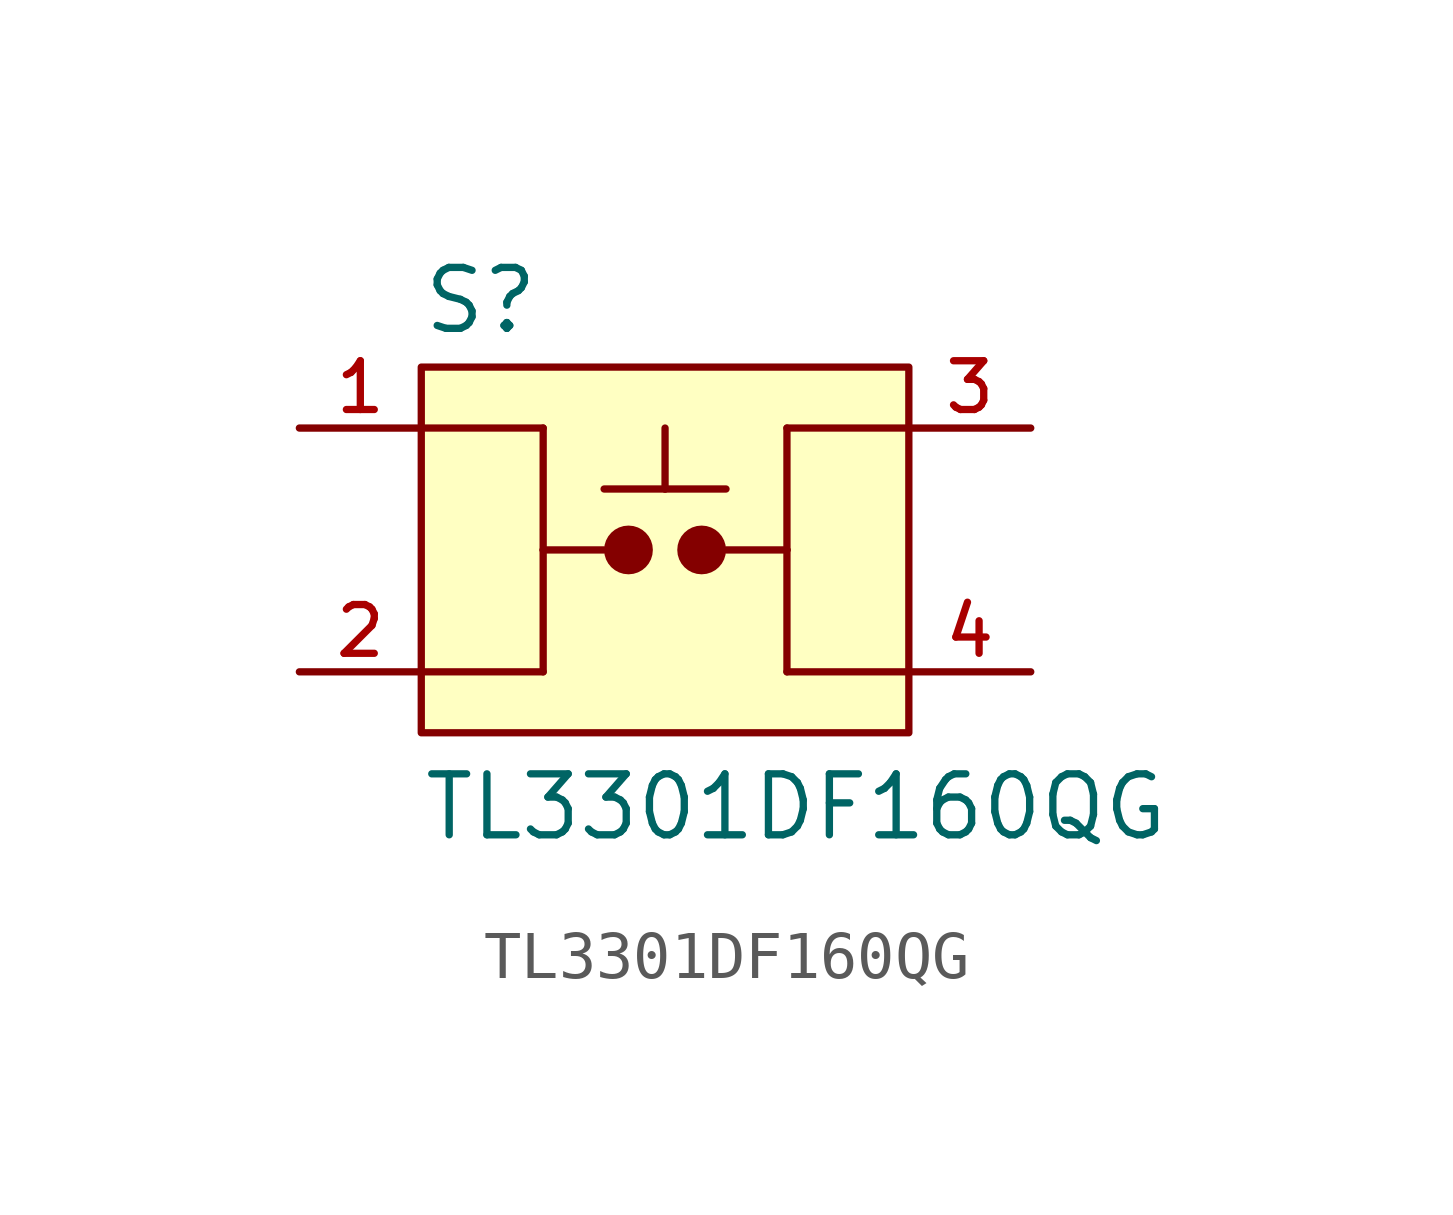
<source format=kicad_sym>
(kicad_symbol_lib
  (version 20211014)
  (generator kicad_symbol_editor)
  (symbol "TL3301DF160QG"
    (pin_names
      (offset 1.016))
    (property "Reference" "S"
      (at -5.09 4.454 0)
      (effects (font (size 1.27 1.27)) (justify bottom left)))
    (property "Value" "TL3301DF160QG"
      (at -5.082 -6.099 0)
      (effects (font (size 1.27 1.27)) (justify bottom left)))
    (symbol "TL3301DF160QG_0_0"
      (polyline (pts (xy -2.54 2.54) (xy -2.54 0.0)) (stroke (width 0.152)))
      (polyline (pts (xy -2.54 0.0) (xy -2.54 -2.54)) (stroke (width 0.152)))
      (polyline (pts (xy 2.54 2.54) (xy 2.54 0.0)) (stroke (width 0.152)))
      (polyline (pts (xy 2.54 0.0) (xy 2.54 -2.54)) (stroke (width 0.152)))
      (polyline (pts (xy -2.54 0.0) (xy -1.27 0.0)) (stroke (width 0.152)))
      (polyline (pts (xy 1.27 0.0) (xy 2.54 0.0)) (stroke (width 0.152)))
      (polyline (pts (xy 0.0 2.54) (xy 0.0 1.27)) (stroke (width 0.152)))
      (polyline (pts (xy 0.0 1.27) (xy -1.27 1.27)) (stroke (width 0.152)))
      (polyline (pts (xy 0.0 1.27) (xy 1.27 1.27)) (stroke (width 0.152)))
      (circle (center -0.762 0.0) (radius 0.254) (stroke (width 0.508)) (fill (type none)))
      (circle (center 0.762 0.0) (radius 0.254) (stroke (width 0.508)) (fill (type none)))
      (polyline (pts (xy -2.54 2.54) (xy -5.08 2.54)) (stroke (width 0.152)))
      (polyline (pts (xy -2.54 -2.54) (xy -5.08 -2.54)) (stroke (width 0.152)))
      (polyline (pts (xy 2.54 2.54) (xy 5.08 2.54)) (stroke (width 0.152)))
      (polyline (pts (xy 2.54 -2.54) (xy 5.08 -2.54)) (stroke (width 0.152)))
      (rectangle (start -5.08 -3.81) (end 5.08 3.81) (stroke (width 0.152)) (fill (type background)))
      (pin passive line (at -7.62 2.54 0) (length 2.54) (name "~" (effects (font (size 1.016 1.016)))) (number "1" (effects (font (size 1.016 1.016)))))
      (pin passive line (at -7.62 -2.54 0) (length 2.54) (name "~" (effects (font (size 1.016 1.016)))) (number "2" (effects (font (size 1.016 1.016)))))
      (pin passive line (at 7.62 2.54 180.0) (length 2.54) (name "~" (effects (font (size 1.016 1.016)))) (number "3" (effects (font (size 1.016 1.016)))))
      (pin passive line (at 7.62 -2.54 180.0) (length 2.54) (name "~" (effects (font (size 1.016 1.016)))) (number "4" (effects (font (size 1.016 1.016))))))))
</source>
